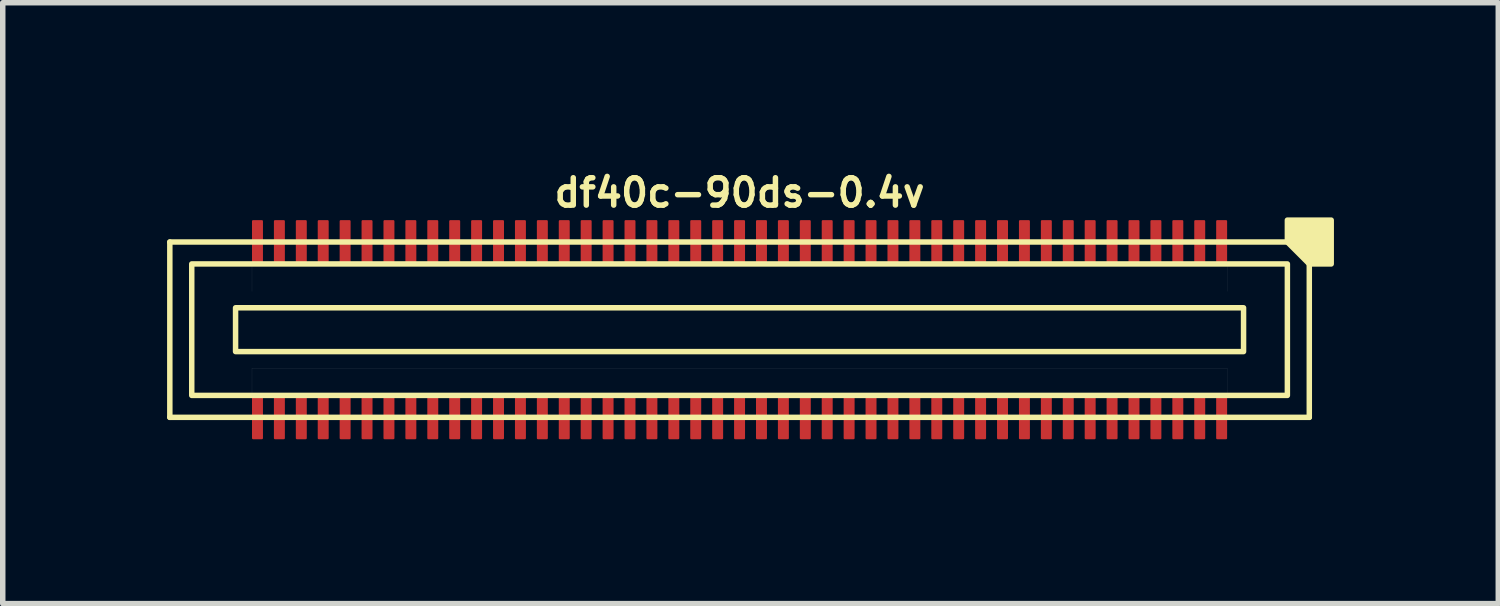
<source format=kicad_pcb>
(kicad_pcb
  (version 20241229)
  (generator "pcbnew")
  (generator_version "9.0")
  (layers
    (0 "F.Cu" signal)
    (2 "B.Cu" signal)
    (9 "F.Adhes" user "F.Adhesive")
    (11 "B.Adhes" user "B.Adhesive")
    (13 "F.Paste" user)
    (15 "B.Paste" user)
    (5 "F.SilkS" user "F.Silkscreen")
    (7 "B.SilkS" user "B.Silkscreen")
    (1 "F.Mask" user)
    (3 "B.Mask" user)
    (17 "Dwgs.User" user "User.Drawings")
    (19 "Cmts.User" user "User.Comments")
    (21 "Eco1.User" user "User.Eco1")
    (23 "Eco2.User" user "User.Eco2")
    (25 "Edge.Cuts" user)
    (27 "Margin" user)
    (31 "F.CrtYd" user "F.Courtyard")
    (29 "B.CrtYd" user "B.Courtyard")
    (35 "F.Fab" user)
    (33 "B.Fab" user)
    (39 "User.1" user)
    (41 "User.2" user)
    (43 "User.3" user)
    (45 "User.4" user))
  (footprint "df40c-90ds-0.4v"
    (layer "F.Cu")
    (at 10.45 2.968)
    (property "Reference" "df40c-90ds-0.4v" (at 0 -2.5 180) (layer "F.SilkS") (effects (font (size 0.5 0.5) (thickness 0.1))))
    (attr smd)
    (fp_line (start -10.4 -1.6) (end 10.4 -1.6) (stroke (width 0.1) (type default)) (layer "F.SilkS"))
    (fp_line (start -10.4 1.6) (end -10.4 -1.6) (stroke (width 0.1) (type default)) (layer "F.SilkS"))
    (fp_line (start 10.4 -1.6) (end 10.4 1.6) (stroke (width 0.1) (type default)) (layer "F.SilkS"))
    (fp_line (start 10.4 1.6) (end -10.4 1.6) (stroke (width 0.1) (type default)) (layer "F.SilkS"))
    (fp_rect (start -9.2 -0.4) (end 9.2 0.4) (stroke (width 0.1) (type default)) (fill no) (layer "F.SilkS"))
    (fp_rect (start 10 -1.2) (end -10 1.2) (stroke (width 0.1) (type default)) (fill no) (layer "F.SilkS"))
    (fp_poly (pts (xy 10 -1.6) (xy 10 -2) (xy 10.8 -2) (xy 10.8 -1.2) (xy 10.4 -1.2)) (stroke (width 0.1) (type solid)) (fill yes) (layer "F.SilkS"))
    (fp_poly (pts (xy -8.9 -1.2) (xy 8.9 -1.2) (xy 8.9 -0.7) (xy -8.9 -0.7)) (stroke (width 0.001) (type solid)) (fill no) (layer "Dwgs.User"))
    (fp_poly (pts (xy -8.9 0.7) (xy 8.9 0.7) (xy 8.9 1.2) (xy -8.9 1.2)) (stroke (width 0.001) (type solid)) (fill no) (layer "Dwgs.User"))
    (pad "1" smd roundrect (at 8.8 -1.6) (size 0.2 0.8) (layers "F.Cu" "F.Mask" "F.Paste") (roundrect_rratio 0.1))
    (pad "2" smd roundrect (at 8.8 1.6) (size 0.2 0.8) (layers "F.Cu" "F.Mask" "F.Paste") (roundrect_rratio 0.1))
    (pad "3" smd roundrect (at 8.4 -1.6) (size 0.2 0.8) (layers "F.Cu" "F.Mask" "F.Paste") (roundrect_rratio 0.1))
    (pad "4" smd roundrect (at 8.4 1.6) (size 0.2 0.8) (layers "F.Cu" "F.Mask" "F.Paste") (roundrect_rratio 0.1))
    (pad "5" smd roundrect (at 8 -1.6) (size 0.2 0.8) (layers "F.Cu" "F.Mask" "F.Paste") (roundrect_rratio 0.1))
    (pad "6" smd roundrect (at 8 1.6) (size 0.2 0.8) (layers "F.Cu" "F.Mask" "F.Paste") (roundrect_rratio 0.1))
    (pad "7" smd roundrect (at 7.6 -1.6) (size 0.2 0.8) (layers "F.Cu" "F.Mask" "F.Paste") (roundrect_rratio 0.1))
    (pad "8" smd roundrect (at 7.6 1.6) (size 0.2 0.8) (layers "F.Cu" "F.Mask" "F.Paste") (roundrect_rratio 0.1))
    (pad "9" smd roundrect (at 7.2 -1.6) (size 0.2 0.8) (layers "F.Cu" "F.Mask" "F.Paste") (roundrect_rratio 0.1))
    (pad "10" smd roundrect (at 7.2 1.6) (size 0.2 0.8) (layers "F.Cu" "F.Mask" "F.Paste") (roundrect_rratio 0.1))
    (pad "11" smd roundrect (at 6.8 -1.6) (size 0.2 0.8) (layers "F.Cu" "F.Mask" "F.Paste") (roundrect_rratio 0.1))
    (pad "12" smd roundrect (at 6.8 1.6) (size 0.2 0.8) (layers "F.Cu" "F.Mask" "F.Paste") (roundrect_rratio 0.1))
    (pad "13" smd roundrect (at 6.4 -1.6) (size 0.2 0.8) (layers "F.Cu" "F.Mask" "F.Paste") (roundrect_rratio 0.1))
    (pad "14" smd roundrect (at 6.4 1.6) (size 0.2 0.8) (layers "F.Cu" "F.Mask" "F.Paste") (roundrect_rratio 0.1))
    (pad "15" smd roundrect (at 6 -1.6) (size 0.2 0.8) (layers "F.Cu" "F.Mask" "F.Paste") (roundrect_rratio 0.1))
    (pad "16" smd roundrect (at 6 1.6) (size 0.2 0.8) (layers "F.Cu" "F.Mask" "F.Paste") (roundrect_rratio 0.1))
    (pad "17" smd roundrect (at 5.6 -1.6) (size 0.2 0.8) (layers "F.Cu" "F.Mask" "F.Paste") (roundrect_rratio 0.1))
    (pad "18" smd roundrect (at 5.6 1.6) (size 0.2 0.8) (layers "F.Cu" "F.Mask" "F.Paste") (roundrect_rratio 0.1))
    (pad "19" smd roundrect (at 5.2 -1.6) (size 0.2 0.8) (layers "F.Cu" "F.Mask" "F.Paste") (roundrect_rratio 0.1))
    (pad "20" smd roundrect (at 5.2 1.6) (size 0.2 0.8) (layers "F.Cu" "F.Mask" "F.Paste") (roundrect_rratio 0.1))
    (pad "21" smd roundrect (at 4.8 -1.6) (size 0.2 0.8) (layers "F.Cu" "F.Mask" "F.Paste") (roundrect_rratio 0.1))
    (pad "22" smd roundrect (at 4.8 1.6) (size 0.2 0.8) (layers "F.Cu" "F.Mask" "F.Paste") (roundrect_rratio 0.1))
    (pad "23" smd roundrect (at 4.4 -1.6) (size 0.2 0.8) (layers "F.Cu" "F.Mask" "F.Paste") (roundrect_rratio 0.1))
    (pad "24" smd roundrect (at 4.4 1.6) (size 0.2 0.8) (layers "F.Cu" "F.Mask" "F.Paste") (roundrect_rratio 0.1))
    (pad "25" smd roundrect (at 4 -1.6) (size 0.2 0.8) (layers "F.Cu" "F.Mask" "F.Paste") (roundrect_rratio 0.1))
    (pad "26" smd roundrect (at 4 1.6) (size 0.2 0.8) (layers "F.Cu" "F.Mask" "F.Paste") (roundrect_rratio 0.1))
    (pad "27" smd roundrect (at 3.6 -1.6) (size 0.2 0.8) (layers "F.Cu" "F.Mask" "F.Paste") (roundrect_rratio 0.1))
    (pad "28" smd roundrect (at 3.6 1.6) (size 0.2 0.8) (layers "F.Cu" "F.Mask" "F.Paste") (roundrect_rratio 0.1))
    (pad "29" smd roundrect (at 3.2 -1.6) (size 0.2 0.8) (layers "F.Cu" "F.Mask" "F.Paste") (roundrect_rratio 0.1))
    (pad "30" smd roundrect (at 3.2 1.6) (size 0.2 0.8) (layers "F.Cu" "F.Mask" "F.Paste") (roundrect_rratio 0.1))
    (pad "31" smd roundrect (at 2.8 -1.6) (size 0.2 0.8) (layers "F.Cu" "F.Mask" "F.Paste") (roundrect_rratio 0.1))
    (pad "32" smd roundrect (at 2.8 1.6) (size 0.2 0.8) (layers "F.Cu" "F.Mask" "F.Paste") (roundrect_rratio 0.1))
    (pad "33" smd roundrect (at 2.4 -1.6) (size 0.2 0.8) (layers "F.Cu" "F.Mask" "F.Paste") (roundrect_rratio 0.1))
    (pad "34" smd roundrect (at 2.4 1.6) (size 0.2 0.8) (layers "F.Cu" "F.Mask" "F.Paste") (roundrect_rratio 0.1))
    (pad "35" smd roundrect (at 2 -1.6) (size 0.2 0.8) (layers "F.Cu" "F.Mask" "F.Paste") (roundrect_rratio 0.1))
    (pad "36" smd roundrect (at 2 1.6) (size 0.2 0.8) (layers "F.Cu" "F.Mask" "F.Paste") (roundrect_rratio 0.1))
    (pad "37" smd roundrect (at 1.6 -1.6) (size 0.2 0.8) (layers "F.Cu" "F.Mask" "F.Paste") (roundrect_rratio 0.1))
    (pad "38" smd roundrect (at 1.6 1.6) (size 0.2 0.8) (layers "F.Cu" "F.Mask" "F.Paste") (roundrect_rratio 0.1))
    (pad "39" smd roundrect (at 1.2 -1.6) (size 0.2 0.8) (layers "F.Cu" "F.Mask" "F.Paste") (roundrect_rratio 0.1))
    (pad "40" smd roundrect (at 1.2 1.6) (size 0.2 0.8) (layers "F.Cu" "F.Mask" "F.Paste") (roundrect_rratio 0.1))
    (pad "41" smd roundrect (at 0.8 -1.6) (size 0.2 0.8) (layers "F.Cu" "F.Mask" "F.Paste") (roundrect_rratio 0.1))
    (pad "42" smd roundrect (at 0.8 1.6) (size 0.2 0.8) (layers "F.Cu" "F.Mask" "F.Paste") (roundrect_rratio 0.1))
    (pad "43" smd roundrect (at 0.4 -1.6) (size 0.2 0.8) (layers "F.Cu" "F.Mask" "F.Paste") (roundrect_rratio 0.1))
    (pad "44" smd roundrect (at 0.4 1.6) (size 0.2 0.8) (layers "F.Cu" "F.Mask" "F.Paste") (roundrect_rratio 0.1))
    (pad "45" smd roundrect (at 0 -1.6) (size 0.2 0.8) (layers "F.Cu" "F.Mask" "F.Paste") (roundrect_rratio 0.1))
    (pad "46" smd roundrect (at 0 1.6) (size 0.2 0.8) (layers "F.Cu" "F.Mask" "F.Paste") (roundrect_rratio 0.1))
    (pad "47" smd roundrect (at -0.4 -1.6) (size 0.2 0.8) (layers "F.Cu" "F.Mask" "F.Paste") (roundrect_rratio 0.1))
    (pad "48" smd roundrect (at -0.4 1.6) (size 0.2 0.8) (layers "F.Cu" "F.Mask" "F.Paste") (roundrect_rratio 0.1))
    (pad "49" smd roundrect (at -0.8 -1.6) (size 0.2 0.8) (layers "F.Cu" "F.Mask" "F.Paste") (roundrect_rratio 0.1))
    (pad "50" smd roundrect (at -0.8 1.6) (size 0.2 0.8) (layers "F.Cu" "F.Mask" "F.Paste") (roundrect_rratio 0.1))
    (pad "51" smd roundrect (at -1.2 -1.6) (size 0.2 0.8) (layers "F.Cu" "F.Mask" "F.Paste") (roundrect_rratio 0.1))
    (pad "52" smd roundrect (at -1.2 1.6) (size 0.2 0.8) (layers "F.Cu" "F.Mask" "F.Paste") (roundrect_rratio 0.1))
    (pad "53" smd roundrect (at -1.6 -1.6) (size 0.2 0.8) (layers "F.Cu" "F.Mask" "F.Paste") (roundrect_rratio 0.1))
    (pad "54" smd roundrect (at -1.6 1.6) (size 0.2 0.8) (layers "F.Cu" "F.Mask" "F.Paste") (roundrect_rratio 0.1))
    (pad "55" smd roundrect (at -2 -1.6) (size 0.2 0.8) (layers "F.Cu" "F.Mask" "F.Paste") (roundrect_rratio 0.1))
    (pad "56" smd roundrect (at -2 1.6) (size 0.2 0.8) (layers "F.Cu" "F.Mask" "F.Paste") (roundrect_rratio 0.1))
    (pad "57" smd roundrect (at -2.4 -1.6) (size 0.2 0.8) (layers "F.Cu" "F.Mask" "F.Paste") (roundrect_rratio 0.1))
    (pad "58" smd roundrect (at -2.4 1.6) (size 0.2 0.8) (layers "F.Cu" "F.Mask" "F.Paste") (roundrect_rratio 0.1))
    (pad "59" smd roundrect (at -2.8 -1.6) (size 0.2 0.8) (layers "F.Cu" "F.Mask" "F.Paste") (roundrect_rratio 0.1))
    (pad "60" smd roundrect (at -2.8 1.6) (size 0.2 0.8) (layers "F.Cu" "F.Mask" "F.Paste") (roundrect_rratio 0.1))
    (pad "61" smd roundrect (at -3.2 -1.6) (size 0.2 0.8) (layers "F.Cu" "F.Mask" "F.Paste") (roundrect_rratio 0.1))
    (pad "62" smd roundrect (at -3.2 1.6) (size 0.2 0.8) (layers "F.Cu" "F.Mask" "F.Paste") (roundrect_rratio 0.1))
    (pad "63" smd roundrect (at -3.6 -1.6) (size 0.2 0.8) (layers "F.Cu" "F.Mask" "F.Paste") (roundrect_rratio 0.1))
    (pad "64" smd roundrect (at -3.6 1.6) (size 0.2 0.8) (layers "F.Cu" "F.Mask" "F.Paste") (roundrect_rratio 0.1))
    (pad "65" smd roundrect (at -4 -1.6) (size 0.2 0.8) (layers "F.Cu" "F.Mask" "F.Paste") (roundrect_rratio 0.1))
    (pad "66" smd roundrect (at -4 1.6) (size 0.2 0.8) (layers "F.Cu" "F.Mask" "F.Paste") (roundrect_rratio 0.1))
    (pad "67" smd roundrect (at -4.4 -1.6) (size 0.2 0.8) (layers "F.Cu" "F.Mask" "F.Paste") (roundrect_rratio 0.1))
    (pad "68" smd roundrect (at -4.4 1.6) (size 0.2 0.8) (layers "F.Cu" "F.Mask" "F.Paste") (roundrect_rratio 0.1))
    (pad "69" smd roundrect (at -4.8 -1.6) (size 0.2 0.8) (layers "F.Cu" "F.Mask" "F.Paste") (roundrect_rratio 0.1))
    (pad "70" smd roundrect (at -4.8 1.6) (size 0.2 0.8) (layers "F.Cu" "F.Mask" "F.Paste") (roundrect_rratio 0.1))
    (pad "71" smd roundrect (at -5.2 -1.6) (size 0.2 0.8) (layers "F.Cu" "F.Mask" "F.Paste") (roundrect_rratio 0.1))
    (pad "72" smd roundrect (at -5.2 1.6) (size 0.2 0.8) (layers "F.Cu" "F.Mask" "F.Paste") (roundrect_rratio 0.1))
    (pad "73" smd roundrect (at -5.6 -1.6) (size 0.2 0.8) (layers "F.Cu" "F.Mask" "F.Paste") (roundrect_rratio 0.1))
    (pad "74" smd roundrect (at -5.6 1.6) (size 0.2 0.8) (layers "F.Cu" "F.Mask" "F.Paste") (roundrect_rratio 0.1))
    (pad "75" smd roundrect (at -6 -1.6) (size 0.2 0.8) (layers "F.Cu" "F.Mask" "F.Paste") (roundrect_rratio 0.1))
    (pad "76" smd roundrect (at -6 1.6) (size 0.2 0.8) (layers "F.Cu" "F.Mask" "F.Paste") (roundrect_rratio 0.1))
    (pad "77" smd roundrect (at -6.4 -1.6) (size 0.2 0.8) (layers "F.Cu" "F.Mask" "F.Paste") (roundrect_rratio 0.1))
    (pad "78" smd roundrect (at -6.4 1.6) (size 0.2 0.8) (layers "F.Cu" "F.Mask" "F.Paste") (roundrect_rratio 0.1))
    (pad "79" smd roundrect (at -6.8 -1.6) (size 0.2 0.8) (layers "F.Cu" "F.Mask" "F.Paste") (roundrect_rratio 0.1))
    (pad "80" smd roundrect (at -6.8 1.6) (size 0.2 0.8) (layers "F.Cu" "F.Mask" "F.Paste") (roundrect_rratio 0.1))
    (pad "81" smd roundrect (at -7.2 -1.6) (size 0.2 0.8) (layers "F.Cu" "F.Mask" "F.Paste") (roundrect_rratio 0.1))
    (pad "82" smd roundrect (at -7.2 1.6) (size 0.2 0.8) (layers "F.Cu" "F.Mask" "F.Paste") (roundrect_rratio 0.1))
    (pad "83" smd roundrect (at -7.6 -1.6) (size 0.2 0.8) (layers "F.Cu" "F.Mask" "F.Paste") (roundrect_rratio 0.1))
    (pad "84" smd roundrect (at -7.6 1.6) (size 0.2 0.8) (layers "F.Cu" "F.Mask" "F.Paste") (roundrect_rratio 0.1))
    (pad "85" smd roundrect (at -8 -1.6) (size 0.2 0.8) (layers "F.Cu" "F.Mask" "F.Paste") (roundrect_rratio 0.1))
    (pad "86" smd roundrect (at -8 1.6) (size 0.2 0.8) (layers "F.Cu" "F.Mask" "F.Paste") (roundrect_rratio 0.1))
    (pad "87" smd roundrect (at -8.4 -1.6) (size 0.2 0.8) (layers "F.Cu" "F.Mask" "F.Paste") (roundrect_rratio 0.1))
    (pad "88" smd roundrect (at -8.4 1.6) (size 0.2 0.8) (layers "F.Cu" "F.Mask" "F.Paste") (roundrect_rratio 0.1))
    (pad "89" smd roundrect (at -8.8 -1.6) (size 0.2 0.8) (layers "F.Cu" "F.Mask" "F.Paste") (roundrect_rratio 0.1))
    (pad "90" smd roundrect (at -8.8 1.6) (size 0.2 0.8) (layers "F.Cu" "F.Mask" "F.Paste") (roundrect_rratio 0.1)))
  (gr_rect
    (start -3 -3)
    (end 24.3 7.968)
    (stroke (width 0.1) (type default))
    (fill no)
    (layer "Edge.Cuts")))
</source>
